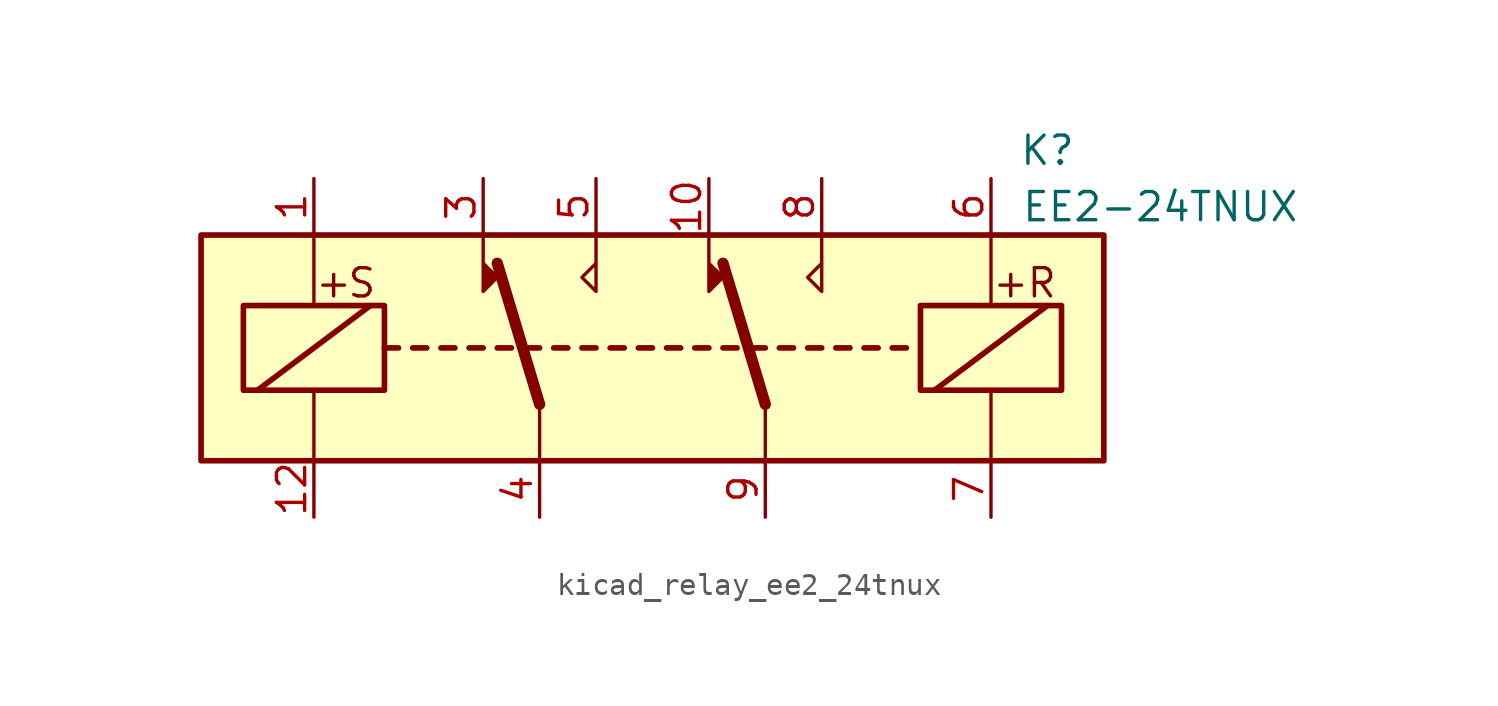
<source format=kicad_sym>
(kicad_symbol_lib
  (version 20220914)
  (generator kicad_symbol_editor)
  (symbol "kicad_relay_ee2_24tnux"
    (property "Reference" "K"
      (at 17.78 8.89 0)
      (effects (font (size 1.27 1.27))))
    (property "Value" "EE2-24TNUX"
      (at 22.86 6.35 0)
      (effects (font (size 1.27 1.27))))
    (symbol "kicad_relay_ee2_24tnux_1_1"
      (rectangle (start -20.32 5.08) (end 20.32 -5.08) (stroke (width 0.254) (type default)) (fill (type background)))
      (rectangle (start -18.415 1.905) (end -12.065 -1.905) (stroke (width 0.254) (type default)) (fill (type none)))
      (polyline (pts (xy -17.78 -1.905) (xy -12.7 1.905)) (stroke (width 0.254) (type default)) (fill (type none)))
      (polyline (pts (xy -15.24 -5.08) (xy -15.24 -1.905)) (stroke (width 0) (type default)) (fill (type none)))
      (polyline (pts (xy -15.24 5.08) (xy -15.24 1.905)) (stroke (width 0) (type default)) (fill (type none)))
      (polyline (pts (xy -12.065 0) (xy -11.43 0)) (stroke (width 0.254) (type default)) (fill (type none)))
      (polyline (pts (xy -10.795 0) (xy -10.16 0)) (stroke (width 0.254) (type default)) (fill (type none)))
      (polyline (pts (xy -9.525 0) (xy -8.89 0)) (stroke (width 0.254) (type default)) (fill (type none)))
      (polyline (pts (xy -8.255 0) (xy -7.62 0)) (stroke (width 0.254) (type default)) (fill (type none)))
      (polyline (pts (xy -6.985 0) (xy -6.35 0)) (stroke (width 0.254) (type default)) (fill (type none)))
      (polyline (pts (xy -5.715 0) (xy -5.08 0)) (stroke (width 0.254) (type default)) (fill (type none)))
      (polyline (pts (xy -5.08 -2.54) (xy -6.985 3.81)) (stroke (width 0.508) (type default)) (fill (type none)))
      (polyline (pts (xy -5.08 -2.54) (xy -5.08 -5.08)) (stroke (width 0) (type default)) (fill (type none)))
      (polyline (pts (xy -4.445 0) (xy -3.81 0)) (stroke (width 0.254) (type default)) (fill (type none)))
      (polyline (pts (xy -3.175 0) (xy -2.54 0)) (stroke (width 0.254) (type default)) (fill (type none)))
      (polyline (pts (xy -1.905 0) (xy -1.27 0)) (stroke (width 0.254) (type default)) (fill (type none)))
      (polyline (pts (xy -0.635 0) (xy 0 0)) (stroke (width 0.254) (type default)) (fill (type none)))
      (polyline (pts (xy 0.635 0) (xy 1.27 0)) (stroke (width 0.254) (type default)) (fill (type none)))
      (polyline (pts (xy 1.905 0) (xy 2.54 0)) (stroke (width 0.254) (type default)) (fill (type none)))
      (polyline (pts (xy 3.175 0) (xy 3.81 0)) (stroke (width 0.254) (type default)) (fill (type none)))
      (polyline (pts (xy 4.445 0) (xy 5.08 0)) (stroke (width 0.254) (type default)) (fill (type none)))
      (polyline (pts (xy 5.08 -2.54) (xy 3.175 3.81)) (stroke (width 0.508) (type default)) (fill (type none)))
      (polyline (pts (xy 5.08 -2.54) (xy 5.08 -5.08)) (stroke (width 0) (type default)) (fill (type none)))
      (polyline (pts (xy 5.715 0) (xy 6.35 0)) (stroke (width 0.254) (type default)) (fill (type none)))
      (polyline (pts (xy 6.985 0) (xy 7.62 0)) (stroke (width 0.254) (type default)) (fill (type none)))
      (polyline (pts (xy 8.255 0) (xy 8.89 0)) (stroke (width 0.254) (type default)) (fill (type none)))
      (polyline (pts (xy 9.525 0) (xy 10.16 0)) (stroke (width 0.254) (type default)) (fill (type none)))
      (polyline (pts (xy 10.795 0) (xy 11.43 0)) (stroke (width 0.254) (type default)) (fill (type none)))
      (polyline (pts (xy 12.7 -1.905) (xy 17.78 1.905)) (stroke (width 0.254) (type default)) (fill (type none)))
      (polyline (pts (xy 15.24 -5.08) (xy 15.24 -1.905)) (stroke (width 0) (type default)) (fill (type none)))
      (polyline (pts (xy 15.24 5.08) (xy 15.24 1.905)) (stroke (width 0) (type default)) (fill (type none)))
      (polyline (pts (xy -7.62 5.08) (xy -7.62 2.54) (xy -6.985 3.175) (xy -7.62 3.81)) (stroke (width 0) (type default)) (fill (type outline)))
      (polyline (pts (xy -2.54 5.08) (xy -2.54 2.54) (xy -3.175 3.175) (xy -2.54 3.81)) (stroke (width 0) (type default)) (fill (type none)))
      (polyline (pts (xy 2.54 5.08) (xy 2.54 2.54) (xy 3.175 3.175) (xy 2.54 3.81)) (stroke (width 0) (type default)) (fill (type outline)))
      (polyline (pts (xy 7.62 5.08) (xy 7.62 2.54) (xy 6.985 3.175) (xy 7.62 3.81)) (stroke (width 0) (type default)) (fill (type none)))
      (rectangle (start 12.065 1.905) (end 18.415 -1.905) (stroke (width 0.254) (type default)) (fill (type none)))
      (text "+" (at -14.351 2.921 0) (effects (font (size 1.27 1.27))))
      (text "+" (at 16.129 2.921 0) (effects (font (size 1.27 1.27))))
      (text "R" (at 17.526 2.921 0) (effects (font (size 1.27 1.27))))
      (text "S" (at -13.081 2.921 0) (effects (font (size 1.27 1.27))))
      (pin passive line (at -15.24 7.62 270) (length 2.54) (name "~" (effects (font (size 1.27 1.27)))) (number "1" (effects (font (size 1.27 1.27)))))
      (pin passive line (at 2.54 7.62 270) (length 2.54) (name "~" (effects (font (size 1.27 1.27)))) (number "10" (effects (font (size 1.27 1.27)))))
      (pin passive line (at -15.24 -7.62 90) (length 2.54) (name "~" (effects (font (size 1.27 1.27)))) (number "12" (effects (font (size 1.27 1.27)))))
      (pin passive line (at -7.62 7.62 270) (length 2.54) (name "~" (effects (font (size 1.27 1.27)))) (number "3" (effects (font (size 1.27 1.27)))))
      (pin passive line (at -5.08 -7.62 90) (length 2.54) (name "~" (effects (font (size 1.27 1.27)))) (number "4" (effects (font (size 1.27 1.27)))))
      (pin passive line (at -2.54 7.62 270) (length 2.54) (name "~" (effects (font (size 1.27 1.27)))) (number "5" (effects (font (size 1.27 1.27)))))
      (pin passive line (at 15.24 7.62 270) (length 2.54) (name "~" (effects (font (size 1.27 1.27)))) (number "6" (effects (font (size 1.27 1.27)))))
      (pin passive line (at 15.24 -7.62 90) (length 2.54) (name "~" (effects (font (size 1.27 1.27)))) (number "7" (effects (font (size 1.27 1.27)))))
      (pin passive line (at 7.62 7.62 270) (length 2.54) (name "~" (effects (font (size 1.27 1.27)))) (number "8" (effects (font (size 1.27 1.27)))))
      (pin passive line (at 5.08 -7.62 90) (length 2.54) (name "~" (effects (font (size 1.27 1.27)))) (number "9" (effects (font (size 1.27 1.27))))))))
</source>
